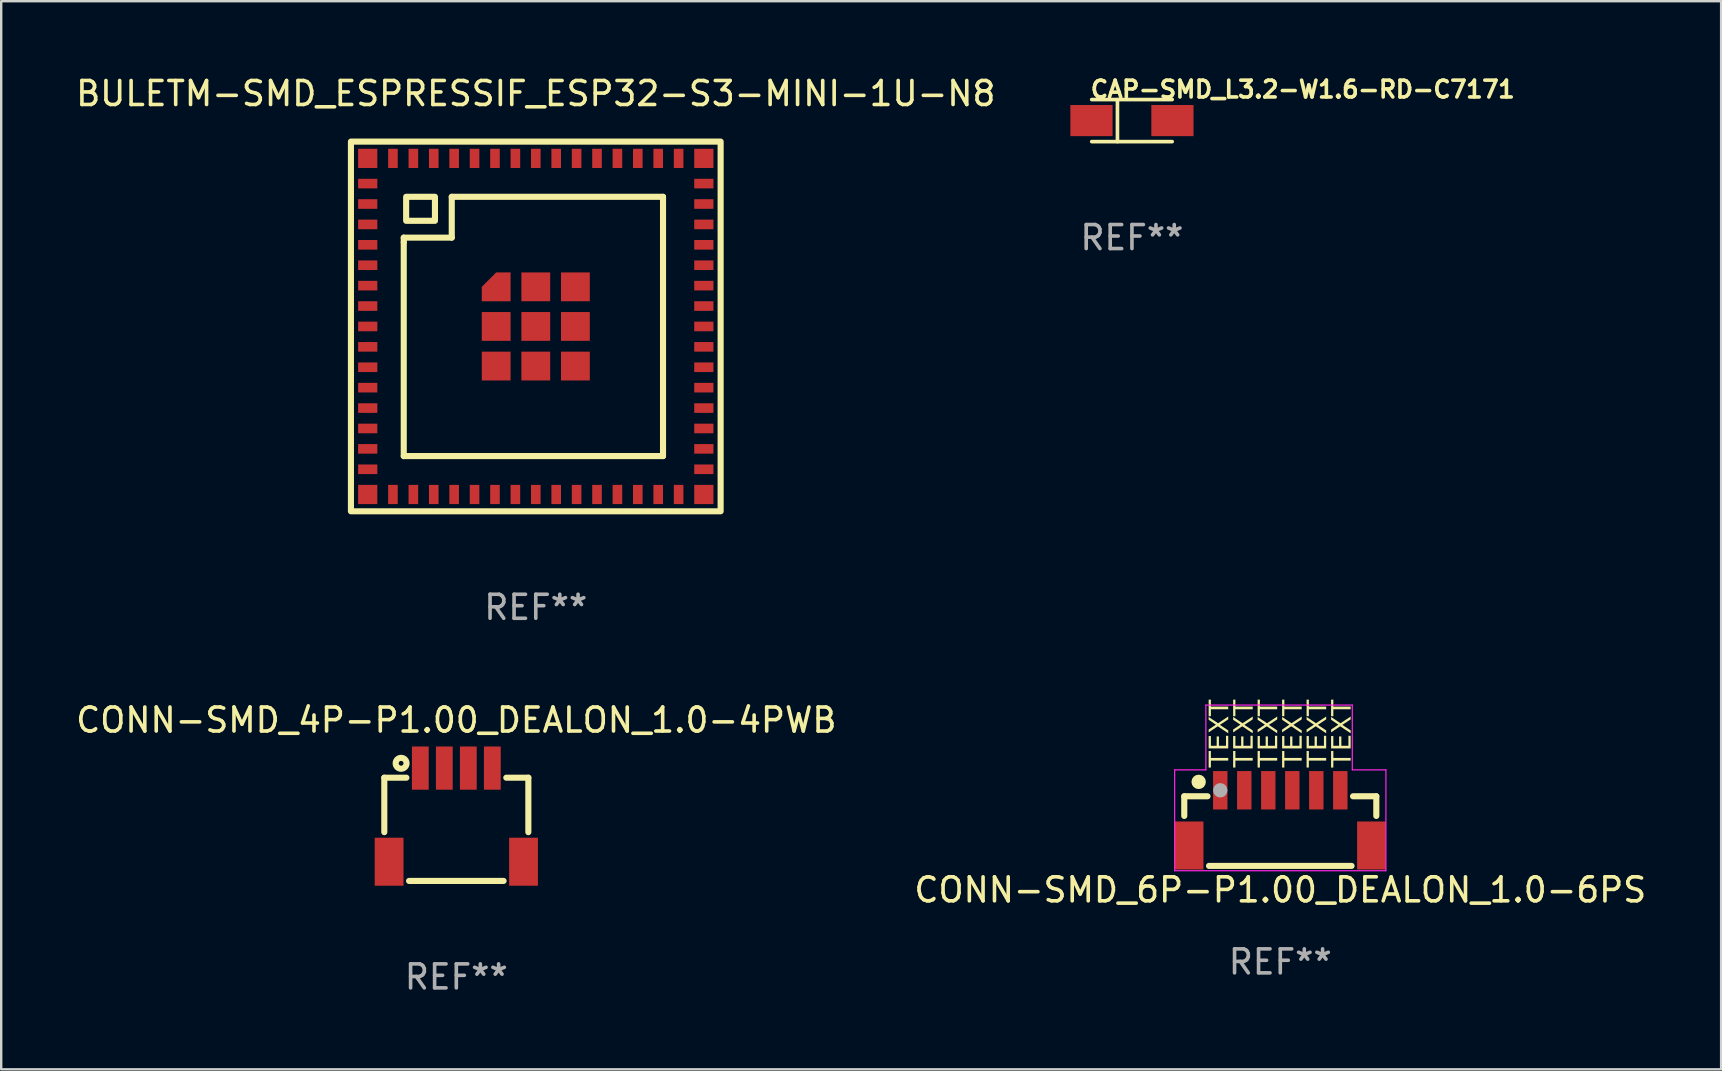
<source format=kicad_pcb>
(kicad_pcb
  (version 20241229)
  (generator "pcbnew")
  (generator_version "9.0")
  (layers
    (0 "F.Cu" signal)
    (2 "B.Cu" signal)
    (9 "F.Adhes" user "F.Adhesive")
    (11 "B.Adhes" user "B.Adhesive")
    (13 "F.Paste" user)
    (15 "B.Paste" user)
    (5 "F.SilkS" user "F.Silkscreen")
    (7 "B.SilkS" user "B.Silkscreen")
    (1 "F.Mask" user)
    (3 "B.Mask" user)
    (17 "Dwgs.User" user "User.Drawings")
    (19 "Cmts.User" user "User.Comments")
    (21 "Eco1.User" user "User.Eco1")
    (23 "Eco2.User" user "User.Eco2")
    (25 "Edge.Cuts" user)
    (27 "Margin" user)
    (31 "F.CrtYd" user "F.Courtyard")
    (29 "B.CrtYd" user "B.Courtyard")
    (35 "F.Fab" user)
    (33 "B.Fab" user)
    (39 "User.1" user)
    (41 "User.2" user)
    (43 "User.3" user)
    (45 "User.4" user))
  (footprint "BULETM-SMD_ESPRESSIF_ESP32-S3-MINI-1U-N8"
    (layer "F.Cu")
    (at 19.268 10.548)
    (property "Reference" "BULETM-SMD_ESPRESSIF_ESP32-S3-MINI-1U-N8" (at -0.000102 -9.7 0) (layer "F.SilkS") (effects (font (size 1 1) (thickness 0.15))))
    (attr through_hole)
    (fp_line (start -5.5 -3.7) (end -3.5 -3.7) (stroke (width 0.254) (type solid)) (layer "F.SilkS"))
    (fp_line (start -5.5 -3.5) (end -5.5 -3.7) (stroke (width 0.254) (type solid)) (layer "F.SilkS"))
    (fp_line (start -5.5 5.4) (end -5.5 -3.5) (stroke (width 0.254) (type solid)) (layer "F.SilkS"))
    (fp_line (start -3.5 -5.4) (end 5.3 -5.4) (stroke (width 0.254) (type solid)) (layer "F.SilkS"))
    (fp_line (start -3.5 -3.7) (end -3.5 -5.4) (stroke (width 0.254) (type solid)) (layer "F.SilkS"))
    (fp_line (start 5.3 -5.4) (end 5.3 5.4) (stroke (width 0.254) (type solid)) (layer "F.SilkS"))
    (fp_line (start 5.3 5.4) (end -5.5 5.4) (stroke (width 0.254) (type solid)) (layer "F.SilkS"))
    (fp_rect (start -7.7 -7.7) (end 7.7 7.7) (stroke (width 0.254) (type solid)) (fill no) (layer "F.SilkS"))
    (fp_rect (start -5.4 -5.4) (end -4.2 -4.4) (stroke (width 0.254) (type solid)) (fill no) (layer "F.SilkS"))
    (fp_circle (center -7.7 -7.7) (end -7.67 -7.7) (stroke (width 0.06) (type solid)) (fill no) (layer "F.SilkS"))
    (fp_text user "REF**" (at -0.000102 11.7 0) (layer "F.Fab") (effects (font (size 1 1) (thickness 0.15))))
    (pad "1" smd rect (at -7 -5.95 90) (size 0.4 0.8) (layers "F.Cu" "F.Mask" "F.Paste"))
    (pad "2" smd rect (at -7 -5.1 90) (size 0.4 0.8) (layers "F.Cu" "F.Mask" "F.Paste"))
    (pad "3" smd rect (at -7 -4.25 90) (size 0.4 0.8) (layers "F.Cu" "F.Mask" "F.Paste"))
    (pad "4" smd rect (at -7 -3.4 90) (size 0.4 0.8) (layers "F.Cu" "F.Mask" "F.Paste"))
    (pad "5" smd rect (at -7 -2.55 90) (size 0.4 0.8) (layers "F.Cu" "F.Mask" "F.Paste"))
    (pad "6" smd rect (at -7 -1.7 90) (size 0.4 0.8) (layers "F.Cu" "F.Mask" "F.Paste"))
    (pad "7" smd rect (at -7 -0.85 90) (size 0.4 0.8) (layers "F.Cu" "F.Mask" "F.Paste"))
    (pad "8" smd rect (at -7 0 90) (size 0.4 0.8) (layers "F.Cu" "F.Mask" "F.Paste"))
    (pad "9" smd rect (at -7 0.85 90) (size 0.4 0.8) (layers "F.Cu" "F.Mask" "F.Paste"))
    (pad "10" smd rect (at -7 1.7 90) (size 0.4 0.8) (layers "F.Cu" "F.Mask" "F.Paste"))
    (pad "11" smd rect (at -7 2.55 90) (size 0.4 0.8) (layers "F.Cu" "F.Mask" "F.Paste"))
    (pad "12" smd rect (at -7 3.4 90) (size 0.4 0.8) (layers "F.Cu" "F.Mask" "F.Paste"))
    (pad "13" smd rect (at -7 4.25 90) (size 0.4 0.8) (layers "F.Cu" "F.Mask" "F.Paste"))
    (pad "14" smd rect (at -7 5.1 90) (size 0.4 0.8) (layers "F.Cu" "F.Mask" "F.Paste"))
    (pad "15" smd rect (at -7 5.95 90) (size 0.4 0.8) (layers "F.Cu" "F.Mask" "F.Paste"))
    (pad "16" smd rect (at -5.95 7 180) (size 0.4 0.8) (layers "F.Cu" "F.Mask" "F.Paste"))
    (pad "17" smd rect (at -5.1 7 180) (size 0.4 0.8) (layers "F.Cu" "F.Mask" "F.Paste"))
    (pad "18" smd rect (at -4.25 7 180) (size 0.4 0.8) (layers "F.Cu" "F.Mask" "F.Paste"))
    (pad "19" smd rect (at -3.4 7 180) (size 0.4 0.8) (layers "F.Cu" "F.Mask" "F.Paste"))
    (pad "20" smd rect (at -2.55 7 180) (size 0.4 0.8) (layers "F.Cu" "F.Mask" "F.Paste"))
    (pad "21" smd rect (at -1.7 7 180) (size 0.4 0.8) (layers "F.Cu" "F.Mask" "F.Paste"))
    (pad "22" smd rect (at -0.85 7 180) (size 0.4 0.8) (layers "F.Cu" "F.Mask" "F.Paste"))
    (pad "23" smd rect (at 0 7 180) (size 0.4 0.8) (layers "F.Cu" "F.Mask" "F.Paste"))
    (pad "24" smd rect (at 0.85 7 180) (size 0.4 0.8) (layers "F.Cu" "F.Mask" "F.Paste"))
    (pad "25" smd rect (at 1.7 7 180) (size 0.4 0.8) (layers "F.Cu" "F.Mask" "F.Paste"))
    (pad "26" smd rect (at 2.55 7 180) (size 0.4 0.8) (layers "F.Cu" "F.Mask" "F.Paste"))
    (pad "27" smd rect (at 3.4 7 180) (size 0.4 0.8) (layers "F.Cu" "F.Mask" "F.Paste"))
    (pad "28" smd rect (at 4.25 7 180) (size 0.4 0.8) (layers "F.Cu" "F.Mask" "F.Paste"))
    (pad "29" smd rect (at 5.1 7 180) (size 0.4 0.8) (layers "F.Cu" "F.Mask" "F.Paste"))
    (pad "30" smd rect (at 5.95 7 180) (size 0.4 0.8) (layers "F.Cu" "F.Mask" "F.Paste"))
    (pad "31" smd rect (at 7 5.95 90) (size 0.4 0.8) (layers "F.Cu" "F.Mask" "F.Paste"))
    (pad "32" smd rect (at 7 5.1 90) (size 0.4 0.8) (layers "F.Cu" "F.Mask" "F.Paste"))
    (pad "33" smd rect (at 7 4.25 90) (size 0.4 0.8) (layers "F.Cu" "F.Mask" "F.Paste"))
    (pad "34" smd rect (at 7 3.4 90) (size 0.4 0.8) (layers "F.Cu" "F.Mask" "F.Paste"))
    (pad "35" smd rect (at 7 2.55 90) (size 0.4 0.8) (layers "F.Cu" "F.Mask" "F.Paste"))
    (pad "36" smd rect (at 7 1.7 90) (size 0.4 0.8) (layers "F.Cu" "F.Mask" "F.Paste"))
    (pad "37" smd rect (at 7 0.85 90) (size 0.4 0.8) (layers "F.Cu" "F.Mask" "F.Paste"))
    (pad "38" smd rect (at 7 0 90) (size 0.4 0.8) (layers "F.Cu" "F.Mask" "F.Paste"))
    (pad "39" smd rect (at 7 -0.85 90) (size 0.4 0.8) (layers "F.Cu" "F.Mask" "F.Paste"))
    (pad "40" smd rect (at 7 -1.7 90) (size 0.4 0.8) (layers "F.Cu" "F.Mask" "F.Paste"))
    (pad "41" smd rect (at 7 -2.55 90) (size 0.4 0.8) (layers "F.Cu" "F.Mask" "F.Paste"))
    (pad "42" smd rect (at 7 -3.4 90) (size 0.4 0.8) (layers "F.Cu" "F.Mask" "F.Paste"))
    (pad "43" smd rect (at 7 -4.25 90) (size 0.4 0.8) (layers "F.Cu" "F.Mask" "F.Paste"))
    (pad "44" smd rect (at 7 -5.1 90) (size 0.4 0.8) (layers "F.Cu" "F.Mask" "F.Paste"))
    (pad "45" smd rect (at 7 -5.95 90) (size 0.4 0.8) (layers "F.Cu" "F.Mask" "F.Paste"))
    (pad "46" smd rect (at 5.95 -7 180) (size 0.4 0.8) (layers "F.Cu" "F.Mask" "F.Paste"))
    (pad "47" smd rect (at 5.1 -7 180) (size 0.4 0.8) (layers "F.Cu" "F.Mask" "F.Paste"))
    (pad "48" smd rect (at 4.25 -7 180) (size 0.4 0.8) (layers "F.Cu" "F.Mask" "F.Paste"))
    (pad "49" smd rect (at 3.4 -7 180) (size 0.4 0.8) (layers "F.Cu" "F.Mask" "F.Paste"))
    (pad "50" smd rect (at 2.55 -7 180) (size 0.4 0.8) (layers "F.Cu" "F.Mask" "F.Paste"))
    (pad "51" smd rect (at 1.7 -7 180) (size 0.4 0.8) (layers "F.Cu" "F.Mask" "F.Paste"))
    (pad "52" smd rect (at 0.85 -7 180) (size 0.4 0.8) (layers "F.Cu" "F.Mask" "F.Paste"))
    (pad "53" smd rect (at 0 -7 180) (size 0.4 0.8) (layers "F.Cu" "F.Mask" "F.Paste"))
    (pad "54" smd rect (at -0.85 -7 180) (size 0.4 0.8) (layers "F.Cu" "F.Mask" "F.Paste"))
    (pad "55" smd rect (at -1.7 -7 180) (size 0.4 0.8) (layers "F.Cu" "F.Mask" "F.Paste"))
    (pad "56" smd rect (at -2.55 -7 180) (size 0.4 0.8) (layers "F.Cu" "F.Mask" "F.Paste"))
    (pad "57" smd rect (at -3.4 -7 180) (size 0.4 0.8) (layers "F.Cu" "F.Mask" "F.Paste"))
    (pad "58" smd rect (at -4.25 -7 180) (size 0.4 0.8) (layers "F.Cu" "F.Mask" "F.Paste"))
    (pad "59" smd rect (at -5.1 -7 180) (size 0.4 0.8) (layers "F.Cu" "F.Mask" "F.Paste"))
    (pad "60" smd rect (at -5.95 -7 180) (size 0.4 0.8) (layers "F.Cu" "F.Mask" "F.Paste"))
    (pad "61" smd custom (at -1.65 -1.65) (size 0.1 0.1) (layers "F.Cu" "F.Mask" "F.Paste") (options (anchor circle)) (primitives (gr_poly (pts (xy 0.6 0.6) (xy 0.6 -0.6) (xy -0.000127 -0.6) (xy -0.6 0.000102) (xy -0.6 0.6) (xy 0.6 0.6)) (width 0) (fill yes))))
    (pad "61" smd rect (at -1.65 0) (size 1.2 1.2) (layers "F.Cu" "F.Mask" "F.Paste"))
    (pad "61" smd rect (at -1.65 1.65) (size 1.2 1.2) (layers "F.Cu" "F.Mask" "F.Paste"))
    (pad "61" smd rect (at 0 -1.65) (size 1.2 1.2) (layers "F.Cu" "F.Mask" "F.Paste"))
    (pad "61" smd rect (at 0 0) (size 1.2 1.2) (layers "F.Cu" "F.Mask" "F.Paste"))
    (pad "61" smd rect (at 0 1.65) (size 1.2 1.2) (layers "F.Cu" "F.Mask" "F.Paste"))
    (pad "61" smd rect (at 1.65 -1.65) (size 1.2 1.2) (layers "F.Cu" "F.Mask" "F.Paste"))
    (pad "61" smd rect (at 1.65 0) (size 1.2 1.2) (layers "F.Cu" "F.Mask" "F.Paste"))
    (pad "61" smd rect (at 1.65 1.65) (size 1.2 1.2) (layers "F.Cu" "F.Mask" "F.Paste"))
    (pad "62" smd rect (at -7 -7 90) (size 0.8 0.8) (layers "F.Cu" "F.Mask" "F.Paste"))
    (pad "63" smd rect (at -7 7 90) (size 0.8 0.8) (layers "F.Cu" "F.Mask" "F.Paste"))
    (pad "64" smd rect (at 7 7 90) (size 0.8 0.8) (layers "F.Cu" "F.Mask" "F.Paste"))
    (pad "65" smd rect (at 7 -7 90) (size 0.8 0.8) (layers "F.Cu" "F.Mask" "F.Paste")))
  (footprint "CONN-SMD_4P-P1.00_DEALON_1.0-4PWB"
    (layer "F.Cu")
    (at 15.958 30.895)
    (property "Reference" "CONN-SMD_4P-P1.00_DEALON_1.0-4PWB" (at -0.000013 -3.95 0) (layer "F.SilkS") (effects (font (size 1 1) (thickness 0.15))))
    (attr through_hole)
    (fp_line (start -3 -1.55) (end -3 0.719) (stroke (width 0.254) (type solid)) (layer "F.SilkS"))
    (fp_line (start -3 -1.55) (end -2.081 -1.55) (stroke (width 0.254) (type solid)) (layer "F.SilkS"))
    (fp_line (start -1.969 2.75) (end 1.969 2.75) (stroke (width 0.254) (type solid)) (layer "F.SilkS"))
    (fp_line (start 2.081 -1.55) (end 3 -1.55) (stroke (width 0.254) (type solid)) (layer "F.SilkS"))
    (fp_line (start 3 -1.55) (end 3 0.719) (stroke (width 0.254) (type solid)) (layer "F.SilkS"))
    (fp_circle (center -2.3 -2.15) (end -2.2 -2.15) (stroke (width 0.254) (type solid)) (fill no) (layer "F.SilkS"))
    (fp_text user "REF**" (at -0.000013 6.75 0) (layer "F.Fab") (effects (font (size 1 1) (thickness 0.15))))
    (pad "1" smd rect (at -1.5 -1.95) (size 0.7 1.8) (layers "F.Cu" "F.Mask" "F.Paste"))
    (pad "2" smd rect (at -0.5 -1.95) (size 0.7 1.8) (layers "F.Cu" "F.Mask" "F.Paste"))
    (pad "3" smd rect (at 0.5 -1.95) (size 0.7 1.8) (layers "F.Cu" "F.Mask" "F.Paste"))
    (pad "4" smd rect (at 1.5 -1.95) (size 0.7 1.8) (layers "F.Cu" "F.Mask" "F.Paste"))
    (pad "5" smd rect (at 2.8 1.95) (size 1.2 2) (layers "F.Cu" "F.Mask" "F.Paste"))
    (pad "6" smd rect (at -2.8 1.95) (size 1.2 2) (layers "F.Cu" "F.Mask" "F.Paste")))
  (footprint "CAP-SMD_L3.2-W1.6-RD-C7171"
    (layer "F.Cu")
    (at 44.101 1.973)
    (property "Reference" "CAP-SMD_L3.2-W1.6-RD-C7171" (at -1.8 -1.3 0) (layer "F.SilkS") (effects (font (size 0.7 0.7) (thickness 0.15)) (justify left)))
    (attr through_hole)
    (fp_line (start -0.604 0.876) (end -0.604 -0.876) (stroke (width 0.152) (type solid)) (layer "F.SilkS"))
    (fp_line (start 1.676 -0.876) (end -1.676 -0.876) (stroke (width 0.152) (type solid)) (layer "F.SilkS"))
    (fp_line (start 1.676 0.876) (end -1.676 0.876) (stroke (width 0.152) (type solid)) (layer "F.SilkS"))
    (fp_text user "REF**" (at 0 4.876 0) (layer "F.Fab") (effects (font (size 1 1) (thickness 0.15))))
    (pad "1" smd rect (at -1.686 0 180) (size 1.758 1.296) (layers "F.Cu" "F.Mask" "F.Paste"))
    (pad "2" smd rect (at 1.686 0 180) (size 1.758 1.296) (layers "F.Cu" "F.Mask" "F.Paste")))
  (footprint "CONN-SMD_6P-P1.00_DEALON_1.0-6PS"
    (layer "F.Cu")
    (at 50.28 31.019)
    (property "Reference" "CONN-SMD_6P-P1.00_DEALON_1.0-6PS" (at 0 3 0) (layer "F.SilkS") (effects (font (size 1 1) (thickness 0.15))))
    (attr through_hole)
    (fp_line (start -4 -0.9) (end -4 -0.081) (stroke (width 0.254) (type solid)) (layer "F.SilkS"))
    (fp_line (start -3.031 -0.9) (end -4 -0.9) (stroke (width 0.254) (type solid)) (layer "F.SilkS"))
    (fp_line (start -2.969 2) (end 2.969 2) (stroke (width 0.254) (type solid)) (layer "F.SilkS"))
    (fp_line (start 4 -0.9) (end 3.031 -0.9) (stroke (width 0.254) (type solid)) (layer "F.SilkS"))
    (fp_line (start 4 -0.081) (end 4 -0.9) (stroke (width 0.254) (type solid)) (layer "F.SilkS"))
    (fp_circle (center -3.4 -1.5) (end -3.25 -1.5) (stroke (width 0.3) (type solid)) (fill no) (layer "F.SilkS"))
    (fp_line (start -4.4 -2) (end -3.1 -2) (stroke (width 0.05) (type default)) (layer "F.CrtYd"))
    (fp_line (start -4.4 2.2) (end -4.4 -2) (stroke (width 0.05) (type default)) (layer "F.CrtYd"))
    (fp_line (start -3.1 -4.7) (end 3 -4.7) (stroke (width 0.05) (type default)) (layer "F.CrtYd"))
    (fp_line (start -3.1 -2) (end -3.1 -4.7) (stroke (width 0.05) (type default)) (layer "F.CrtYd"))
    (fp_line (start 3 -4.7) (end 3 -2) (stroke (width 0.05) (type default)) (layer "F.CrtYd"))
    (fp_line (start 3 -2) (end 4.4 -2) (stroke (width 0.05) (type default)) (layer "F.CrtYd"))
    (fp_line (start 4.4 -2) (end 4.4 2.2) (stroke (width 0.05) (type default)) (layer "F.CrtYd"))
    (fp_line (start 4.4 2.2) (end -4.4 2.2) (stroke (width 0.05) (type default)) (layer "F.CrtYd"))
    (fp_circle (center -2.5 -1.15) (end -2.35 -1.15) (stroke (width 0.3) (type solid)) (fill no) (layer "F.Fab"))
    (fp_text user "TEXT" (at 2.6 -2.1 90) (unlocked yes) (layer "F.SilkS") (effects (font (face "Bell Centennial Std NameAndNum") (size 0.8 0.8) (thickness 0.1)) (justify left)))
    (fp_text user "TEXT" (at -2.5 -2.1 90) (unlocked yes) (layer "F.SilkS") (effects (font (face "Bell Centennial Std NameAndNum") (size 0.8 0.8) (thickness 0.1)) (justify left)))
    (fp_text user "TEXT" (at -0.46 -2.1 90) (unlocked yes) (layer "F.SilkS") (effects (font (face "Bell Centennial Std NameAndNum") (size 0.8 0.8) (thickness 0.1)) (justify left)))
    (fp_text user "TEXT" (at 0.56 -2.1 90) (unlocked yes) (layer "F.SilkS") (effects (font (face "Bell Centennial Std NameAndNum") (size 0.8 0.8) (thickness 0.1)) (justify left)))
    (fp_text user "TEXT" (at -1.48 -2.1 90) (unlocked yes) (layer "F.SilkS") (effects (font (face "Bell Centennial Std NameAndNum") (size 0.8 0.8) (thickness 0.1)) (justify left)))
    (fp_text user "TEXT" (at 1.58 -2.1 90) (unlocked yes) (layer "F.SilkS") (effects (font (face "Bell Centennial Std NameAndNum") (size 0.8 0.8) (thickness 0.1)) (justify left)))
    (fp_text user "REF**" (at 0 6 0) (layer "F.Fab") (effects (font (size 1 1) (thickness 0.15))))
    (pad "1" smd rect (at -2.5 -1.15) (size 0.6 1.6) (layers "F.Cu" "F.Mask" "F.Paste"))
    (pad "2" smd rect (at -1.5 -1.15) (size 0.6 1.6) (layers "F.Cu" "F.Mask" "F.Paste"))
    (pad "3" smd rect (at -0.5 -1.15) (size 0.6 1.6) (layers "F.Cu" "F.Mask" "F.Paste"))
    (pad "4" smd rect (at 0.5 -1.15) (size 0.6 1.6) (layers "F.Cu" "F.Mask" "F.Paste"))
    (pad "5" smd rect (at 1.5 -1.15) (size 0.6 1.6) (layers "F.Cu" "F.Mask" "F.Paste"))
    (pad "6" smd rect (at 2.5 -1.15) (size 0.6 1.6) (layers "F.Cu" "F.Mask" "F.Paste"))
    (pad "7" smd rect (at 3.8 1.15) (size 1.2 2) (layers "F.Cu" "F.Mask" "F.Paste"))
    (pad "8" smd rect (at -3.8 1.15) (size 1.2 2) (layers "F.Cu" "F.Mask" "F.Paste")))
  (gr_rect
    (start -3 -3)
    (end 68.643 41.493)
    (stroke (width 0.1) (type default))
    (fill no)
    (layer "Edge.Cuts")))
</source>
